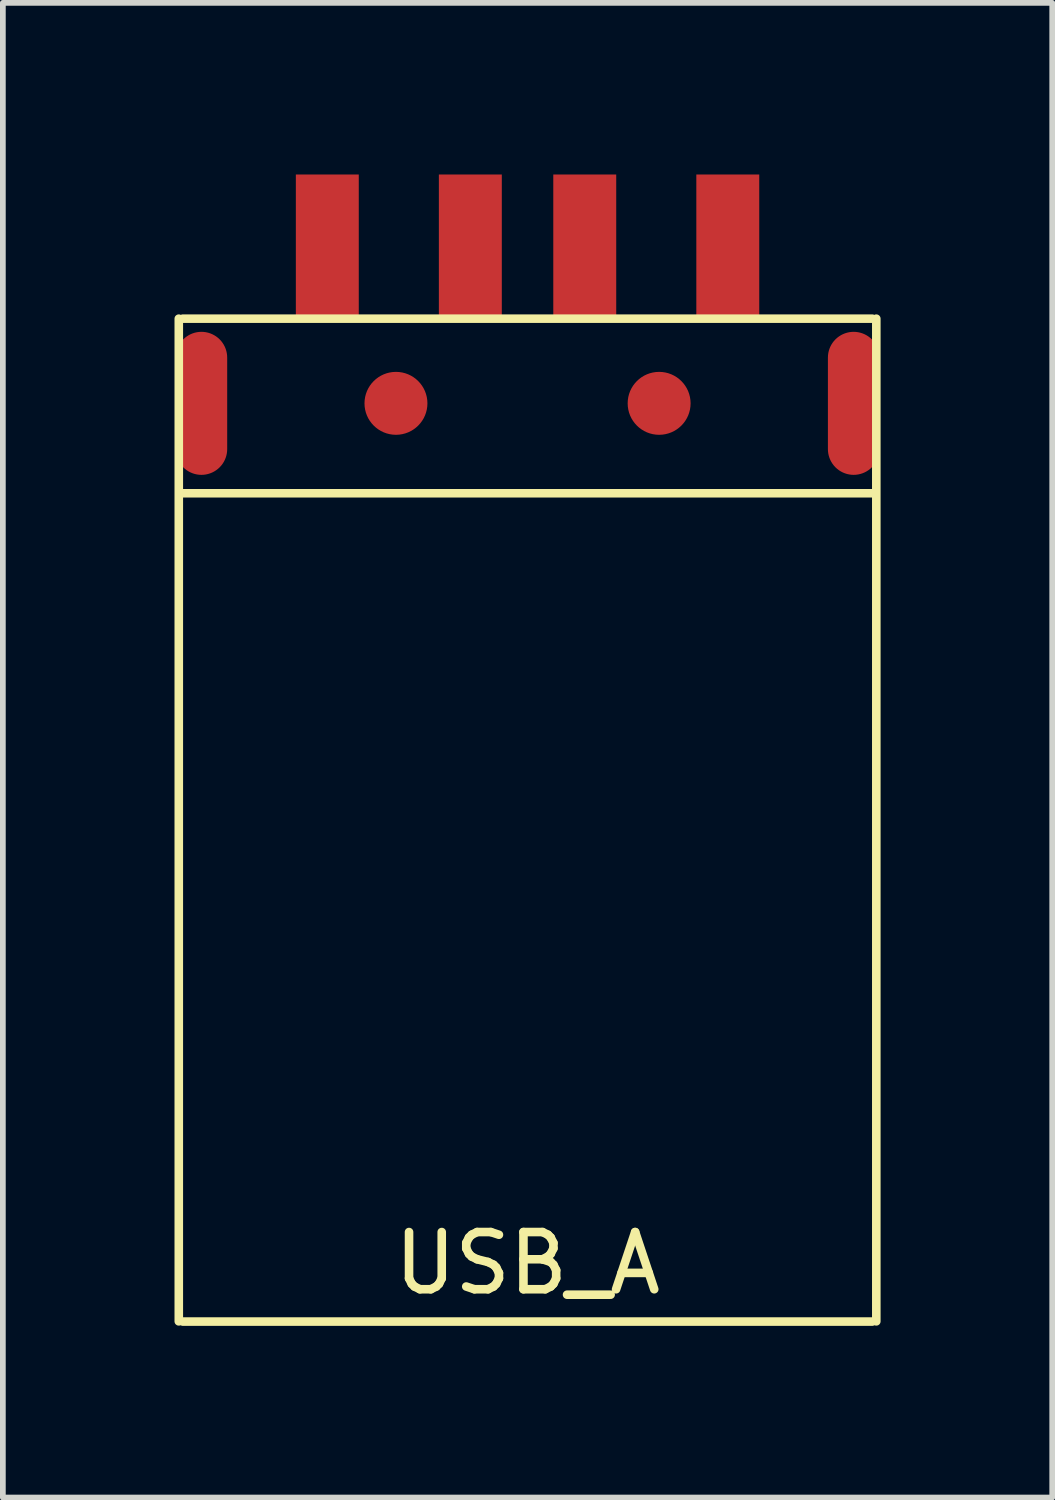
<source format=kicad_pcb>
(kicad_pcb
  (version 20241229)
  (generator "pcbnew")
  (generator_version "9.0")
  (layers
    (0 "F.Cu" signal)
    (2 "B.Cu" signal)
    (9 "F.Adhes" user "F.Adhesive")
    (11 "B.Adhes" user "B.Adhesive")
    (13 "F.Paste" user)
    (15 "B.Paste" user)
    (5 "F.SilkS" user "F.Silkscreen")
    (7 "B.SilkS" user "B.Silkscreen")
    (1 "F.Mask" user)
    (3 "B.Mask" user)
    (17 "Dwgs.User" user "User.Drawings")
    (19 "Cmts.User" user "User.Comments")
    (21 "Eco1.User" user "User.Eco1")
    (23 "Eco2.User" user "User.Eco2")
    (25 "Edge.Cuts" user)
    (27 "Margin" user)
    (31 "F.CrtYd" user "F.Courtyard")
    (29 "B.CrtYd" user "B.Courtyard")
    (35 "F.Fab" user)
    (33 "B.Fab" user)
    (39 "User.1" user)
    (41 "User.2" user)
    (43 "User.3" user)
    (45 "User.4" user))
  (footprint "USB_A"
    (layer "F.Cu")
    (at 6.171 5.568)
    (property "Reference" "USB_A" (at 0 13.462 0) (layer "F.SilkS") (effects (font (size 1 1) (thickness 0.15))))
    (attr through_hole)
    (fp_line (start -6.096 -3.048) (end -6.096 14.478) (stroke (width 0.15) (type solid)) (layer "F.SilkS"))
    (fp_line (start 6.025 -3.048) (end -6.025 -3.048) (stroke (width 0.15) (type solid)) (layer "F.SilkS"))
    (fp_line (start 6.025 0.004) (end -6.025 0.004) (stroke (width 0.15) (type solid)) (layer "F.SilkS"))
    (fp_line (start 6.025 14.482) (end -6.025 14.482) (stroke (width 0.15) (type solid)) (layer "F.SilkS"))
    (fp_line (start 6.096 -3.048) (end 6.096 14.478) (stroke (width 0.15) (type solid)) (layer "F.SilkS"))
    (pad "" smd circle (at -2.3 -1.568) (size 1.1 1.1) (layers "F.Cu" "F.Mask" "F.Paste"))
    (pad "" smd circle (at 2.3 -1.568) (size 1.1 1.1) (layers "F.Cu" "F.Mask" "F.Paste"))
    (pad "1" smd rect (at 3.5 -4.318) (size 1.1 2.5) (layers "F.Cu" "F.Mask" "F.Paste"))
    (pad "2" smd rect (at 1 -4.318) (size 1.1 2.5) (layers "F.Cu" "F.Mask" "F.Paste"))
    (pad "3" smd rect (at -1 -4.318) (size 1.1 2.5) (layers "F.Cu" "F.Mask" "F.Paste"))
    (pad "4" smd rect (at -3.5 -4.318) (size 1.1 2.5) (layers "F.Cu" "F.Mask" "F.Paste"))
    (pad "5" smd oval (at -5.7 -1.568) (size 0.9 2.5) (layers "F.Cu" "F.Mask" "F.Paste"))
    (pad "5" smd oval (at 5.7 -1.568) (size 0.9 2.5) (layers "F.Cu" "F.Mask" "F.Paste")))
  (gr_rect
    (start -3 -3)
    (end 15.342 23.125)
    (stroke (width 0.1) (type default))
    (fill no)
    (layer "Edge.Cuts")))
</source>
